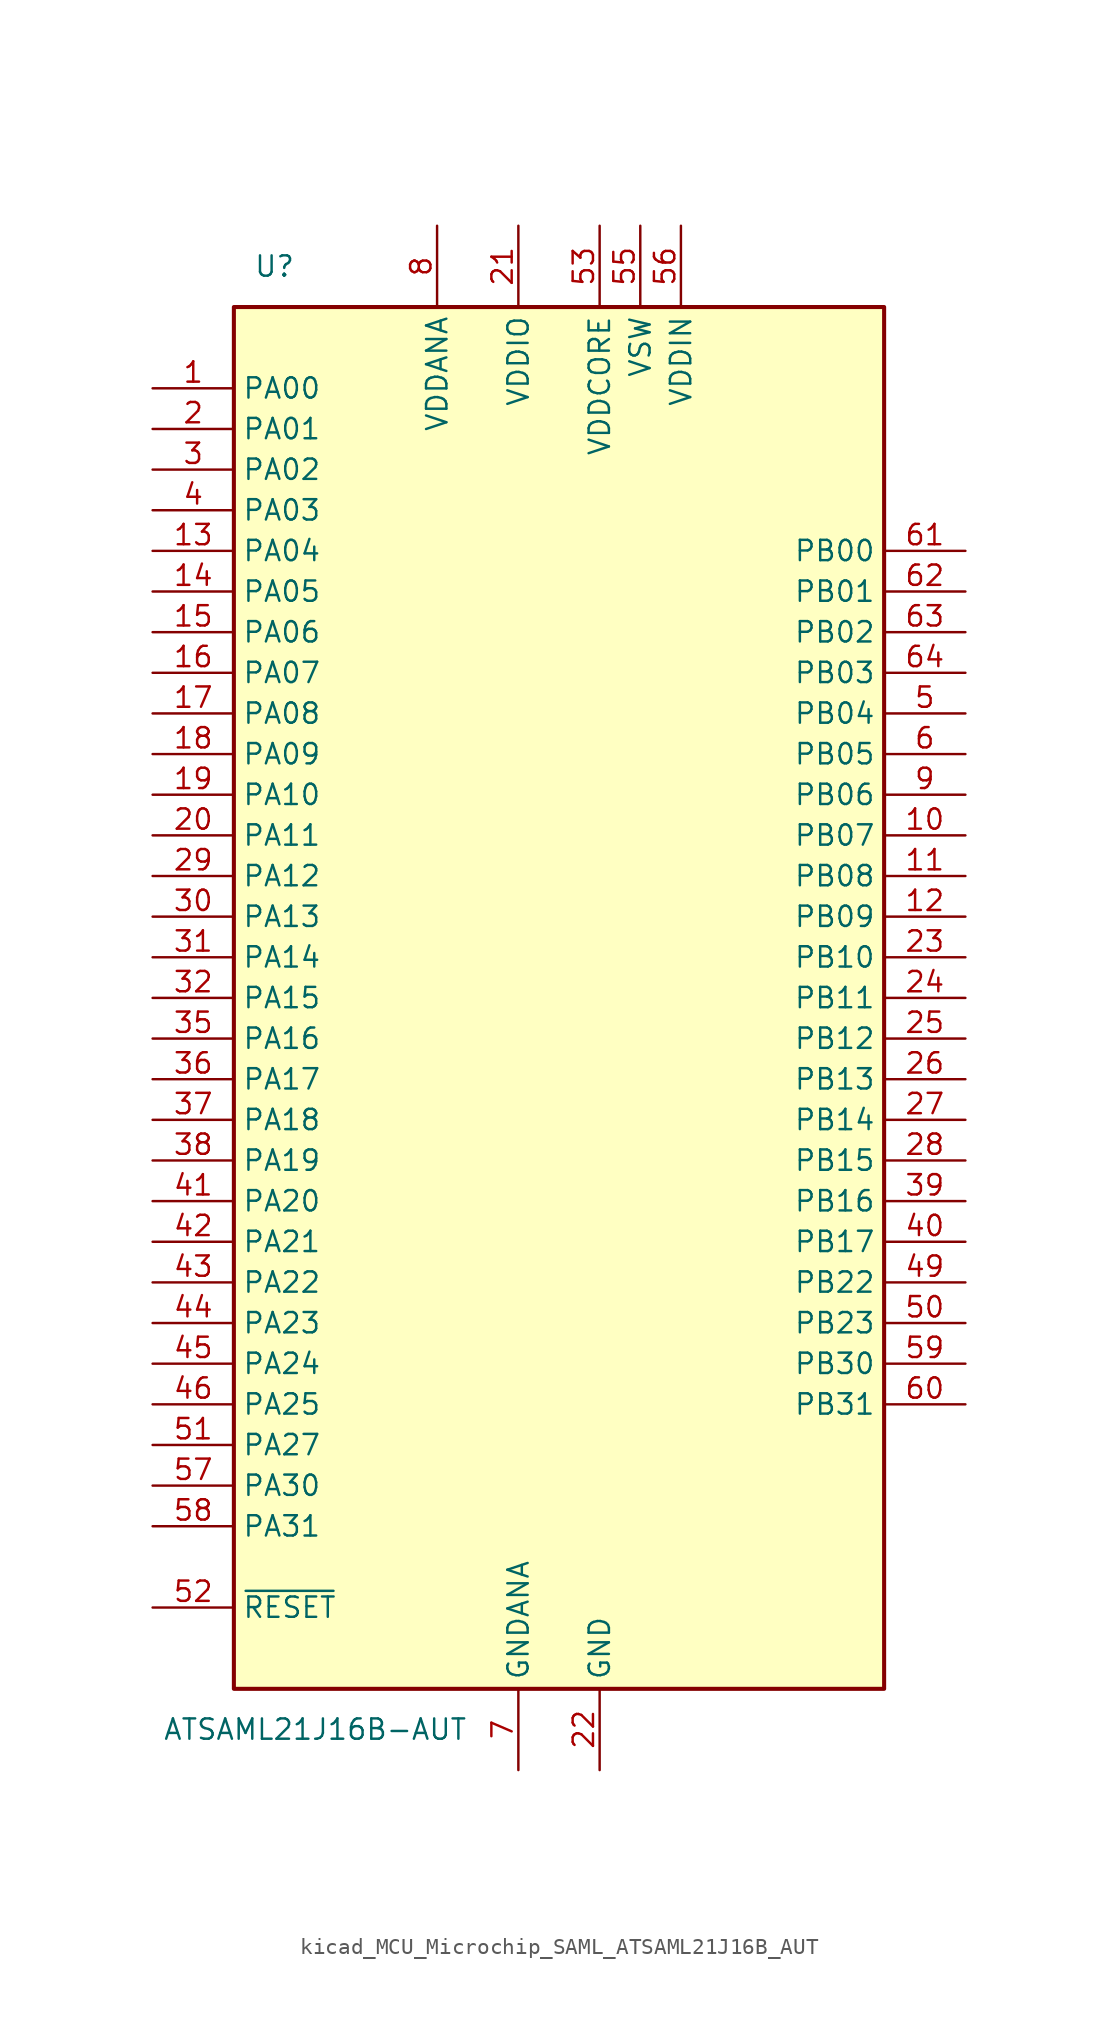
<source format=kicad_sym>
(kicad_symbol_lib
  (version 20220914)
  (generator kicad_symbol_editor)
  (symbol "kicad_MCU_Microchip_SAML_ATSAML21J16B_AUT"
    (property "Reference" "U"
      (at -17.78 45.72 0)
      (effects (font (size 1.27 1.27))))
    (property "Value" "ATSAML21J16B-AUT"
      (at -15.24 -45.72 0)
      (effects (font (size 1.27 1.27))))
    (symbol "kicad_MCU_Microchip_SAML_ATSAML21J16B_AUT_0_1"
      (rectangle (start -20.32 43.18) (end 20.32 -43.18) (stroke (width 0.254) (type default)) (fill (type background))))
    (symbol "kicad_MCU_Microchip_SAML_ATSAML21J16B_AUT_1_1"
      (pin bidirectional line (at -25.4 38.1 0) (length 5.08) (name "PA00" (effects (font (size 1.27 1.27)))) (number "1" (effects (font (size 1.27 1.27)))))
      (pin bidirectional line (at 25.4 10.16 180) (length 5.08) (name "PB07" (effects (font (size 1.27 1.27)))) (number "10" (effects (font (size 1.27 1.27)))))
      (pin bidirectional line (at 25.4 7.62 180) (length 5.08) (name "PB08" (effects (font (size 1.27 1.27)))) (number "11" (effects (font (size 1.27 1.27)))))
      (pin bidirectional line (at 25.4 5.08 180) (length 5.08) (name "PB09" (effects (font (size 1.27 1.27)))) (number "12" (effects (font (size 1.27 1.27)))))
      (pin bidirectional line (at -25.4 27.94 0) (length 5.08) (name "PA04" (effects (font (size 1.27 1.27)))) (number "13" (effects (font (size 1.27 1.27)))))
      (pin bidirectional line (at -25.4 25.4 0) (length 5.08) (name "PA05" (effects (font (size 1.27 1.27)))) (number "14" (effects (font (size 1.27 1.27)))))
      (pin bidirectional line (at -25.4 22.86 0) (length 5.08) (name "PA06" (effects (font (size 1.27 1.27)))) (number "15" (effects (font (size 1.27 1.27)))))
      (pin bidirectional line (at -25.4 20.32 0) (length 5.08) (name "PA07" (effects (font (size 1.27 1.27)))) (number "16" (effects (font (size 1.27 1.27)))))
      (pin bidirectional line (at -25.4 17.78 0) (length 5.08) (name "PA08" (effects (font (size 1.27 1.27)))) (number "17" (effects (font (size 1.27 1.27)))))
      (pin bidirectional line (at -25.4 15.24 0) (length 5.08) (name "PA09" (effects (font (size 1.27 1.27)))) (number "18" (effects (font (size 1.27 1.27)))))
      (pin bidirectional line (at -25.4 12.7 0) (length 5.08) (name "PA10" (effects (font (size 1.27 1.27)))) (number "19" (effects (font (size 1.27 1.27)))))
      (pin bidirectional line (at -25.4 35.56 0) (length 5.08) (name "PA01" (effects (font (size 1.27 1.27)))) (number "2" (effects (font (size 1.27 1.27)))))
      (pin bidirectional line (at -25.4 10.16 0) (length 5.08) (name "PA11" (effects (font (size 1.27 1.27)))) (number "20" (effects (font (size 1.27 1.27)))))
      (pin power_in line (at -2.54 48.26 270) (length 5.08) (name "VDDIO" (effects (font (size 1.27 1.27)))) (number "21" (effects (font (size 1.27 1.27)))))
      (pin power_in line (at 2.54 -48.26 90) (length 5.08) (name "GND" (effects (font (size 1.27 1.27)))) (number "22" (effects (font (size 1.27 1.27)))))
      (pin bidirectional line (at 25.4 2.54 180) (length 5.08) (name "PB10" (effects (font (size 1.27 1.27)))) (number "23" (effects (font (size 1.27 1.27)))))
      (pin bidirectional line (at 25.4 0 180) (length 5.08) (name "PB11" (effects (font (size 1.27 1.27)))) (number "24" (effects (font (size 1.27 1.27)))))
      (pin bidirectional line (at 25.4 -2.54 180) (length 5.08) (name "PB12" (effects (font (size 1.27 1.27)))) (number "25" (effects (font (size 1.27 1.27)))))
      (pin bidirectional line (at 25.4 -5.08 180) (length 5.08) (name "PB13" (effects (font (size 1.27 1.27)))) (number "26" (effects (font (size 1.27 1.27)))))
      (pin bidirectional line (at 25.4 -7.62 180) (length 5.08) (name "PB14" (effects (font (size 1.27 1.27)))) (number "27" (effects (font (size 1.27 1.27)))))
      (pin bidirectional line (at 25.4 -10.16 180) (length 5.08) (name "PB15" (effects (font (size 1.27 1.27)))) (number "28" (effects (font (size 1.27 1.27)))))
      (pin bidirectional line (at -25.4 7.62 0) (length 5.08) (name "PA12" (effects (font (size 1.27 1.27)))) (number "29" (effects (font (size 1.27 1.27)))))
      (pin bidirectional line (at -25.4 33.02 0) (length 5.08) (name "PA02" (effects (font (size 1.27 1.27)))) (number "3" (effects (font (size 1.27 1.27)))))
      (pin bidirectional line (at -25.4 5.08 0) (length 5.08) (name "PA13" (effects (font (size 1.27 1.27)))) (number "30" (effects (font (size 1.27 1.27)))))
      (pin bidirectional line (at -25.4 2.54 0) (length 5.08) (name "PA14" (effects (font (size 1.27 1.27)))) (number "31" (effects (font (size 1.27 1.27)))))
      (pin bidirectional line (at -25.4 0 0) (length 5.08) (name "PA15" (effects (font (size 1.27 1.27)))) (number "32" (effects (font (size 1.27 1.27)))))
      (pin passive line (at 2.54 -48.26 90) (length 5.08) hide (name "GND" (effects (font (size 1.27 1.27)))) (number "33" (effects (font (size 1.27 1.27)))))
      (pin passive line (at -2.54 48.26 270) (length 5.08) hide (name "VDDIO" (effects (font (size 1.27 1.27)))) (number "34" (effects (font (size 1.27 1.27)))))
      (pin bidirectional line (at -25.4 -2.54 0) (length 5.08) (name "PA16" (effects (font (size 1.27 1.27)))) (number "35" (effects (font (size 1.27 1.27)))))
      (pin bidirectional line (at -25.4 -5.08 0) (length 5.08) (name "PA17" (effects (font (size 1.27 1.27)))) (number "36" (effects (font (size 1.27 1.27)))))
      (pin bidirectional line (at -25.4 -7.62 0) (length 5.08) (name "PA18" (effects (font (size 1.27 1.27)))) (number "37" (effects (font (size 1.27 1.27)))))
      (pin bidirectional line (at -25.4 -10.16 0) (length 5.08) (name "PA19" (effects (font (size 1.27 1.27)))) (number "38" (effects (font (size 1.27 1.27)))))
      (pin bidirectional line (at 25.4 -12.7 180) (length 5.08) (name "PB16" (effects (font (size 1.27 1.27)))) (number "39" (effects (font (size 1.27 1.27)))))
      (pin bidirectional line (at -25.4 30.48 0) (length 5.08) (name "PA03" (effects (font (size 1.27 1.27)))) (number "4" (effects (font (size 1.27 1.27)))))
      (pin bidirectional line (at 25.4 -15.24 180) (length 5.08) (name "PB17" (effects (font (size 1.27 1.27)))) (number "40" (effects (font (size 1.27 1.27)))))
      (pin bidirectional line (at -25.4 -12.7 0) (length 5.08) (name "PA20" (effects (font (size 1.27 1.27)))) (number "41" (effects (font (size 1.27 1.27)))))
      (pin bidirectional line (at -25.4 -15.24 0) (length 5.08) (name "PA21" (effects (font (size 1.27 1.27)))) (number "42" (effects (font (size 1.27 1.27)))))
      (pin bidirectional line (at -25.4 -17.78 0) (length 5.08) (name "PA22" (effects (font (size 1.27 1.27)))) (number "43" (effects (font (size 1.27 1.27)))))
      (pin bidirectional line (at -25.4 -20.32 0) (length 5.08) (name "PA23" (effects (font (size 1.27 1.27)))) (number "44" (effects (font (size 1.27 1.27)))))
      (pin bidirectional line (at -25.4 -22.86 0) (length 5.08) (name "PA24" (effects (font (size 1.27 1.27)))) (number "45" (effects (font (size 1.27 1.27)))))
      (pin bidirectional line (at -25.4 -25.4 0) (length 5.08) (name "PA25" (effects (font (size 1.27 1.27)))) (number "46" (effects (font (size 1.27 1.27)))))
      (pin passive line (at 2.54 -48.26 90) (length 5.08) hide (name "GND" (effects (font (size 1.27 1.27)))) (number "47" (effects (font (size 1.27 1.27)))))
      (pin passive line (at -2.54 48.26 270) (length 5.08) hide (name "VDDIO" (effects (font (size 1.27 1.27)))) (number "48" (effects (font (size 1.27 1.27)))))
      (pin bidirectional line (at 25.4 -17.78 180) (length 5.08) (name "PB22" (effects (font (size 1.27 1.27)))) (number "49" (effects (font (size 1.27 1.27)))))
      (pin bidirectional line (at 25.4 17.78 180) (length 5.08) (name "PB04" (effects (font (size 1.27 1.27)))) (number "5" (effects (font (size 1.27 1.27)))))
      (pin bidirectional line (at 25.4 -20.32 180) (length 5.08) (name "PB23" (effects (font (size 1.27 1.27)))) (number "50" (effects (font (size 1.27 1.27)))))
      (pin bidirectional line (at -25.4 -27.94 0) (length 5.08) (name "PA27" (effects (font (size 1.27 1.27)))) (number "51" (effects (font (size 1.27 1.27)))))
      (pin input line (at -25.4 -38.1 0) (length 5.08) (name "~{RESET}" (effects (font (size 1.27 1.27)))) (number "52" (effects (font (size 1.27 1.27)))))
      (pin power_in line (at 2.54 48.26 270) (length 5.08) (name "VDDCORE" (effects (font (size 1.27 1.27)))) (number "53" (effects (font (size 1.27 1.27)))))
      (pin passive line (at 2.54 -48.26 90) (length 5.08) hide (name "GND" (effects (font (size 1.27 1.27)))) (number "54" (effects (font (size 1.27 1.27)))))
      (pin power_out line (at 5.08 48.26 270) (length 5.08) (name "VSW" (effects (font (size 1.27 1.27)))) (number "55" (effects (font (size 1.27 1.27)))))
      (pin power_in line (at 7.62 48.26 270) (length 5.08) (name "VDDIN" (effects (font (size 1.27 1.27)))) (number "56" (effects (font (size 1.27 1.27)))))
      (pin bidirectional line (at -25.4 -30.48 0) (length 5.08) (name "PA30" (effects (font (size 1.27 1.27)))) (number "57" (effects (font (size 1.27 1.27)))))
      (pin bidirectional line (at -25.4 -33.02 0) (length 5.08) (name "PA31" (effects (font (size 1.27 1.27)))) (number "58" (effects (font (size 1.27 1.27)))))
      (pin bidirectional line (at 25.4 -22.86 180) (length 5.08) (name "PB30" (effects (font (size 1.27 1.27)))) (number "59" (effects (font (size 1.27 1.27)))))
      (pin bidirectional line (at 25.4 15.24 180) (length 5.08) (name "PB05" (effects (font (size 1.27 1.27)))) (number "6" (effects (font (size 1.27 1.27)))))
      (pin bidirectional line (at 25.4 -25.4 180) (length 5.08) (name "PB31" (effects (font (size 1.27 1.27)))) (number "60" (effects (font (size 1.27 1.27)))))
      (pin bidirectional line (at 25.4 27.94 180) (length 5.08) (name "PB00" (effects (font (size 1.27 1.27)))) (number "61" (effects (font (size 1.27 1.27)))))
      (pin bidirectional line (at 25.4 25.4 180) (length 5.08) (name "PB01" (effects (font (size 1.27 1.27)))) (number "62" (effects (font (size 1.27 1.27)))))
      (pin bidirectional line (at 25.4 22.86 180) (length 5.08) (name "PB02" (effects (font (size 1.27 1.27)))) (number "63" (effects (font (size 1.27 1.27)))))
      (pin bidirectional line (at 25.4 20.32 180) (length 5.08) (name "PB03" (effects (font (size 1.27 1.27)))) (number "64" (effects (font (size 1.27 1.27)))))
      (pin power_in line (at -2.54 -48.26 90) (length 5.08) (name "GNDANA" (effects (font (size 1.27 1.27)))) (number "7" (effects (font (size 1.27 1.27)))))
      (pin power_in line (at -7.62 48.26 270) (length 5.08) (name "VDDANA" (effects (font (size 1.27 1.27)))) (number "8" (effects (font (size 1.27 1.27)))))
      (pin bidirectional line (at 25.4 12.7 180) (length 5.08) (name "PB06" (effects (font (size 1.27 1.27)))) (number "9" (effects (font (size 1.27 1.27))))))))
</source>
